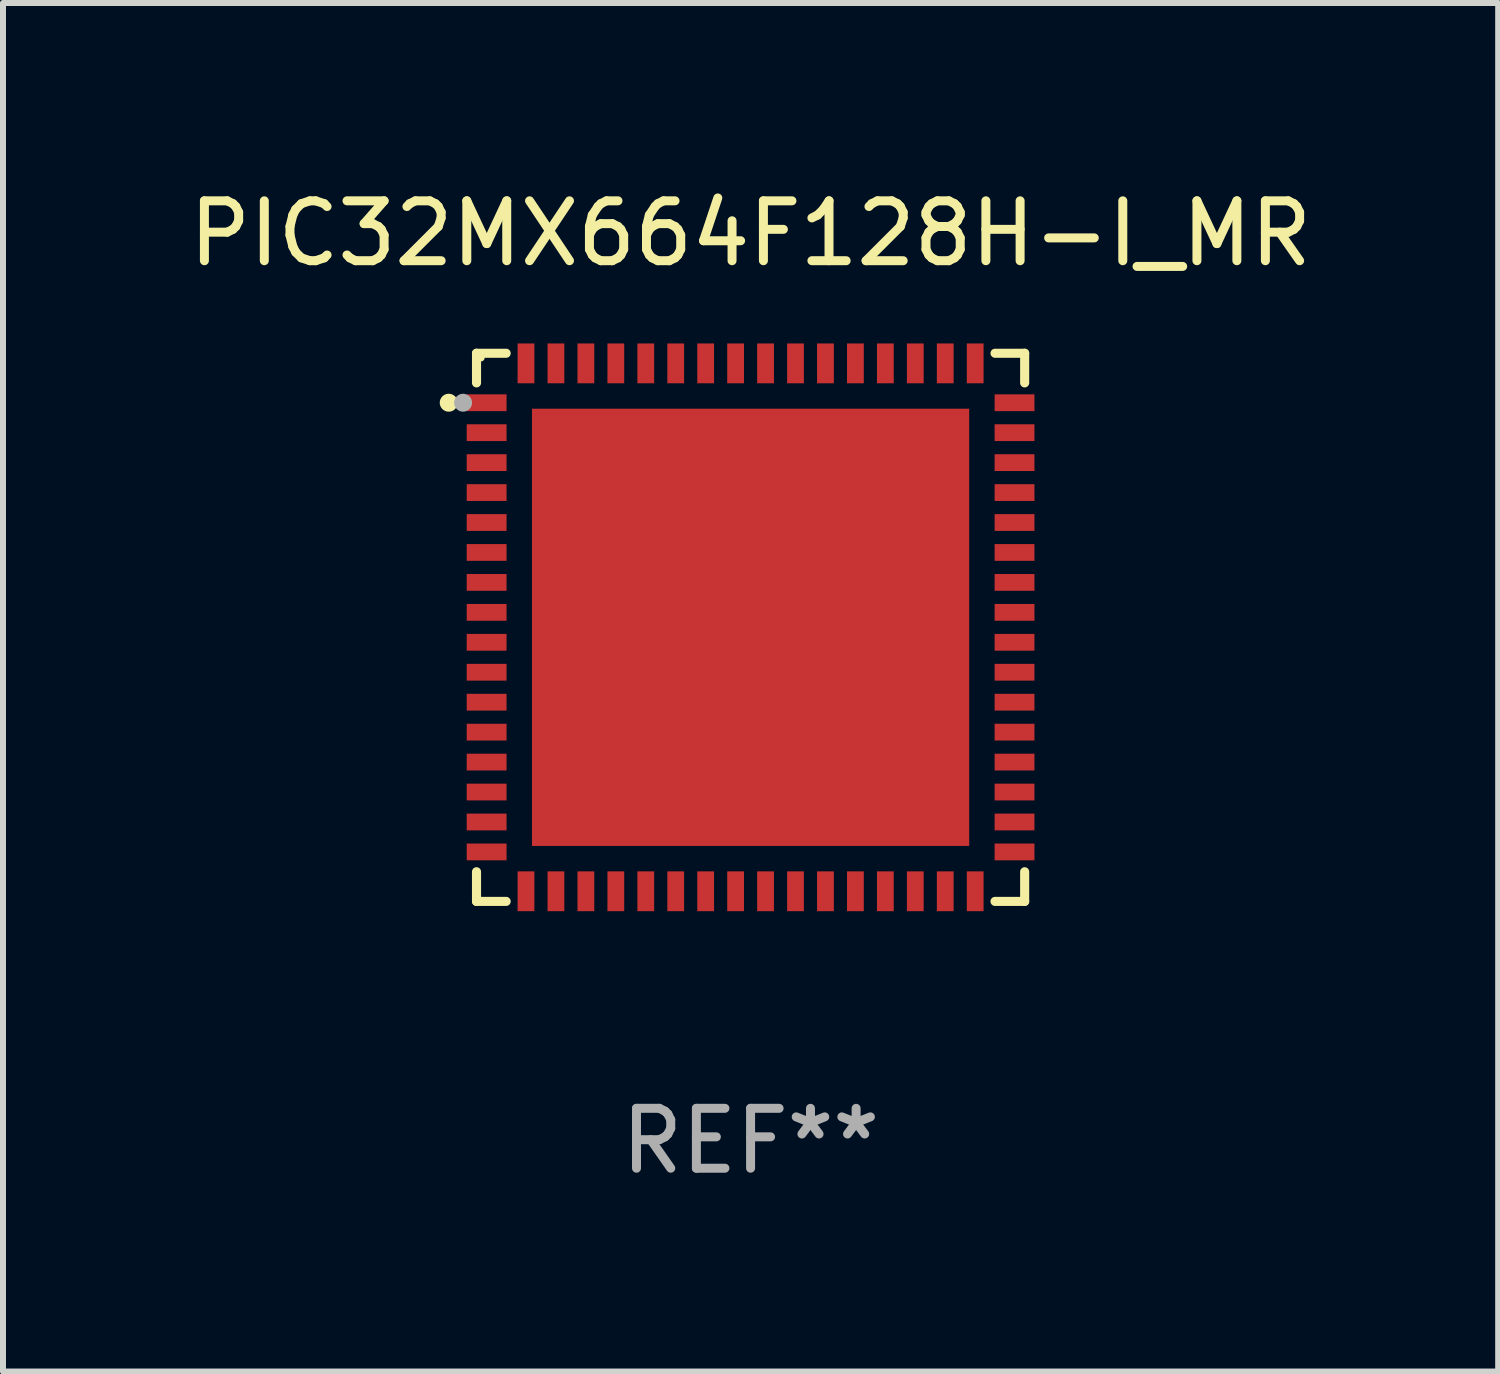
<source format=kicad_pcb>
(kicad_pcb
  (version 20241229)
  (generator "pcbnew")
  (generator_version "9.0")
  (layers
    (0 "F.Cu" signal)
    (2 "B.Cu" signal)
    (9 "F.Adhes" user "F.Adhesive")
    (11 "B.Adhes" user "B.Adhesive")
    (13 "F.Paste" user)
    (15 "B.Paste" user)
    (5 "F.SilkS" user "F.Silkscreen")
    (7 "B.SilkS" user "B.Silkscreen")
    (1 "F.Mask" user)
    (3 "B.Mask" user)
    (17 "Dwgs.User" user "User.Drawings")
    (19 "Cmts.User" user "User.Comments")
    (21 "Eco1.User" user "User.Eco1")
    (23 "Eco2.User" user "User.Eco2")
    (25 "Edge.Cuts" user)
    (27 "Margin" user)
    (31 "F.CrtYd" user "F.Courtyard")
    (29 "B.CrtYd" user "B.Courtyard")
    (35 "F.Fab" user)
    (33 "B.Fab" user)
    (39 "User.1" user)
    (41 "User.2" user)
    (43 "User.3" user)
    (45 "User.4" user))
  (footprint "PIC32MX664F128H-I_MR"
    (layer "F.Cu")
    (at 9.482 7.424)
    (property "Reference" "PIC32MX664F128H-I_MR" (at 0 -6.576 0) (layer "F.SilkS") (effects (font (size 1 1) (thickness 0.15))))
    (attr through_hole)
    (fp_line (start -4.576 -4.576) (end -4.576 -4.081) (stroke (width 0.152) (type solid)) (layer "F.SilkS"))
    (fp_line (start -4.576 4.576) (end -4.576 4.081) (stroke (width 0.152) (type solid)) (layer "F.SilkS"))
    (fp_line (start -4.081 -4.576) (end -4.576 -4.576) (stroke (width 0.152) (type solid)) (layer "F.SilkS"))
    (fp_line (start -4.081 4.576) (end -4.576 4.576) (stroke (width 0.152) (type solid)) (layer "F.SilkS"))
    (fp_line (start 4.081 -4.576) (end 4.576 -4.576) (stroke (width 0.152) (type solid)) (layer "F.SilkS"))
    (fp_line (start 4.081 4.576) (end 4.576 4.576) (stroke (width 0.152) (type solid)) (layer "F.SilkS"))
    (fp_line (start 4.576 -4.576) (end 4.576 -4.081) (stroke (width 0.152) (type solid)) (layer "F.SilkS"))
    (fp_line (start 4.576 4.576) (end 4.576 4.081) (stroke (width 0.152) (type solid)) (layer "F.SilkS"))
    (fp_circle (center -5.04 -3.75) (end -4.965 -3.75) (stroke (width 0.15) (type solid)) (fill no) (layer "F.SilkS"))
    (fp_circle (center -4.5 -4.5) (end -4.47 -4.5) (stroke (width 0.06) (type solid)) (fill no) (layer "F.SilkS"))
    (fp_circle (center -4.8 -3.75) (end -4.725 -3.75) (stroke (width 0.15) (type solid)) (fill no) (layer "F.Fab"))
    (fp_text user "REF**" (at 0 8.576 0) (layer "F.Fab") (effects (font (size 1 1) (thickness 0.15))))
    (pad "1" smd rect (at -4.407 -3.75) (size 0.665 0.28) (layers "F.Cu" "F.Mask" "F.Paste"))
    (pad "2" smd rect (at -4.407 -3.25) (size 0.665 0.28) (layers "F.Cu" "F.Mask" "F.Paste"))
    (pad "3" smd rect (at -4.407 -2.75) (size 0.665 0.28) (layers "F.Cu" "F.Mask" "F.Paste"))
    (pad "4" smd rect (at -4.407 -2.25) (size 0.665 0.28) (layers "F.Cu" "F.Mask" "F.Paste"))
    (pad "5" smd rect (at -4.407 -1.75) (size 0.665 0.28) (layers "F.Cu" "F.Mask" "F.Paste"))
    (pad "6" smd rect (at -4.407 -1.25) (size 0.665 0.28) (layers "F.Cu" "F.Mask" "F.Paste"))
    (pad "7" smd rect (at -4.407 -0.75) (size 0.665 0.28) (layers "F.Cu" "F.Mask" "F.Paste"))
    (pad "8" smd rect (at -4.407 -0.25) (size 0.665 0.28) (layers "F.Cu" "F.Mask" "F.Paste"))
    (pad "9" smd rect (at -4.407 0.25) (size 0.665 0.28) (layers "F.Cu" "F.Mask" "F.Paste"))
    (pad "10" smd rect (at -4.407 0.75) (size 0.665 0.28) (layers "F.Cu" "F.Mask" "F.Paste"))
    (pad "11" smd rect (at -4.407 1.25) (size 0.665 0.28) (layers "F.Cu" "F.Mask" "F.Paste"))
    (pad "12" smd rect (at -4.407 1.75) (size 0.665 0.28) (layers "F.Cu" "F.Mask" "F.Paste"))
    (pad "13" smd rect (at -4.407 2.25) (size 0.665 0.28) (layers "F.Cu" "F.Mask" "F.Paste"))
    (pad "14" smd rect (at -4.407 2.75) (size 0.665 0.28) (layers "F.Cu" "F.Mask" "F.Paste"))
    (pad "15" smd rect (at -4.407 3.25) (size 0.665 0.28) (layers "F.Cu" "F.Mask" "F.Paste"))
    (pad "16" smd rect (at -4.407 3.75) (size 0.665 0.28) (layers "F.Cu" "F.Mask" "F.Paste"))
    (pad "17" smd rect (at -3.75 4.407) (size 0.28 0.665) (layers "F.Cu" "F.Mask" "F.Paste"))
    (pad "18" smd rect (at -3.25 4.407) (size 0.28 0.665) (layers "F.Cu" "F.Mask" "F.Paste"))
    (pad "19" smd rect (at -2.75 4.407) (size 0.28 0.665) (layers "F.Cu" "F.Mask" "F.Paste"))
    (pad "20" smd rect (at -2.25 4.407) (size 0.28 0.665) (layers "F.Cu" "F.Mask" "F.Paste"))
    (pad "21" smd rect (at -1.75 4.407) (size 0.28 0.665) (layers "F.Cu" "F.Mask" "F.Paste"))
    (pad "22" smd rect (at -1.25 4.407) (size 0.28 0.665) (layers "F.Cu" "F.Mask" "F.Paste"))
    (pad "23" smd rect (at -0.75 4.407) (size 0.28 0.665) (layers "F.Cu" "F.Mask" "F.Paste"))
    (pad "24" smd rect (at -0.25 4.407) (size 0.28 0.665) (layers "F.Cu" "F.Mask" "F.Paste"))
    (pad "25" smd rect (at 0.25 4.407) (size 0.28 0.665) (layers "F.Cu" "F.Mask" "F.Paste"))
    (pad "26" smd rect (at 0.75 4.407) (size 0.28 0.665) (layers "F.Cu" "F.Mask" "F.Paste"))
    (pad "27" smd rect (at 1.25 4.407) (size 0.28 0.665) (layers "F.Cu" "F.Mask" "F.Paste"))
    (pad "28" smd rect (at 1.75 4.407) (size 0.28 0.665) (layers "F.Cu" "F.Mask" "F.Paste"))
    (pad "29" smd rect (at 2.25 4.407) (size 0.28 0.665) (layers "F.Cu" "F.Mask" "F.Paste"))
    (pad "30" smd rect (at 2.75 4.407) (size 0.28 0.665) (layers "F.Cu" "F.Mask" "F.Paste"))
    (pad "31" smd rect (at 3.25 4.407) (size 0.28 0.665) (layers "F.Cu" "F.Mask" "F.Paste"))
    (pad "32" smd rect (at 3.75 4.407) (size 0.28 0.665) (layers "F.Cu" "F.Mask" "F.Paste"))
    (pad "33" smd rect (at 4.407 3.75) (size 0.665 0.28) (layers "F.Cu" "F.Mask" "F.Paste"))
    (pad "34" smd rect (at 4.407 3.25) (size 0.665 0.28) (layers "F.Cu" "F.Mask" "F.Paste"))
    (pad "35" smd rect (at 4.407 2.75) (size 0.665 0.28) (layers "F.Cu" "F.Mask" "F.Paste"))
    (pad "36" smd rect (at 4.407 2.25) (size 0.665 0.28) (layers "F.Cu" "F.Mask" "F.Paste"))
    (pad "37" smd rect (at 4.407 1.75) (size 0.665 0.28) (layers "F.Cu" "F.Mask" "F.Paste"))
    (pad "38" smd rect (at 4.407 1.25) (size 0.665 0.28) (layers "F.Cu" "F.Mask" "F.Paste"))
    (pad "39" smd rect (at 4.407 0.75) (size 0.665 0.28) (layers "F.Cu" "F.Mask" "F.Paste"))
    (pad "40" smd rect (at 4.407 0.25) (size 0.665 0.28) (layers "F.Cu" "F.Mask" "F.Paste"))
    (pad "41" smd rect (at 4.407 -0.25) (size 0.665 0.28) (layers "F.Cu" "F.Mask" "F.Paste"))
    (pad "42" smd rect (at 4.407 -0.75) (size 0.665 0.28) (layers "F.Cu" "F.Mask" "F.Paste"))
    (pad "43" smd rect (at 4.407 -1.25) (size 0.665 0.28) (layers "F.Cu" "F.Mask" "F.Paste"))
    (pad "44" smd rect (at 4.407 -1.75) (size 0.665 0.28) (layers "F.Cu" "F.Mask" "F.Paste"))
    (pad "45" smd rect (at 4.407 -2.25) (size 0.665 0.28) (layers "F.Cu" "F.Mask" "F.Paste"))
    (pad "46" smd rect (at 4.407 -2.75) (size 0.665 0.28) (layers "F.Cu" "F.Mask" "F.Paste"))
    (pad "47" smd rect (at 4.407 -3.25) (size 0.665 0.28) (layers "F.Cu" "F.Mask" "F.Paste"))
    (pad "48" smd rect (at 4.407 -3.75) (size 0.665 0.28) (layers "F.Cu" "F.Mask" "F.Paste"))
    (pad "49" smd rect (at 3.75 -4.407) (size 0.28 0.665) (layers "F.Cu" "F.Mask" "F.Paste"))
    (pad "50" smd rect (at 3.25 -4.407) (size 0.28 0.665) (layers "F.Cu" "F.Mask" "F.Paste"))
    (pad "51" smd rect (at 2.75 -4.407) (size 0.28 0.665) (layers "F.Cu" "F.Mask" "F.Paste"))
    (pad "52" smd rect (at 2.25 -4.407) (size 0.28 0.665) (layers "F.Cu" "F.Mask" "F.Paste"))
    (pad "53" smd rect (at 1.75 -4.407) (size 0.28 0.665) (layers "F.Cu" "F.Mask" "F.Paste"))
    (pad "54" smd rect (at 1.25 -4.407) (size 0.28 0.665) (layers "F.Cu" "F.Mask" "F.Paste"))
    (pad "55" smd rect (at 0.75 -4.407) (size 0.28 0.665) (layers "F.Cu" "F.Mask" "F.Paste"))
    (pad "56" smd rect (at 0.25 -4.407) (size 0.28 0.665) (layers "F.Cu" "F.Mask" "F.Paste"))
    (pad "57" smd rect (at -0.25 -4.407) (size 0.28 0.665) (layers "F.Cu" "F.Mask" "F.Paste"))
    (pad "58" smd rect (at -0.75 -4.407) (size 0.28 0.665) (layers "F.Cu" "F.Mask" "F.Paste"))
    (pad "59" smd rect (at -1.25 -4.407) (size 0.28 0.665) (layers "F.Cu" "F.Mask" "F.Paste"))
    (pad "60" smd rect (at -1.75 -4.407) (size 0.28 0.665) (layers "F.Cu" "F.Mask" "F.Paste"))
    (pad "61" smd rect (at -2.25 -4.407) (size 0.28 0.665) (layers "F.Cu" "F.Mask" "F.Paste"))
    (pad "62" smd rect (at -2.75 -4.407) (size 0.28 0.665) (layers "F.Cu" "F.Mask" "F.Paste"))
    (pad "63" smd rect (at -3.25 -4.407) (size 0.28 0.665) (layers "F.Cu" "F.Mask" "F.Paste"))
    (pad "64" smd rect (at -3.75 -4.407) (size 0.28 0.665) (layers "F.Cu" "F.Mask" "F.Paste"))
    (pad "65" smd rect (at 0 0) (size 7.3 7.3) (layers "F.Cu" "F.Mask" "F.Paste")))
  (gr_rect
    (start -3 -3)
    (end 21.964 19.849)
    (stroke (width 0.1) (type default))
    (fill no)
    (layer "Edge.Cuts")))
</source>
